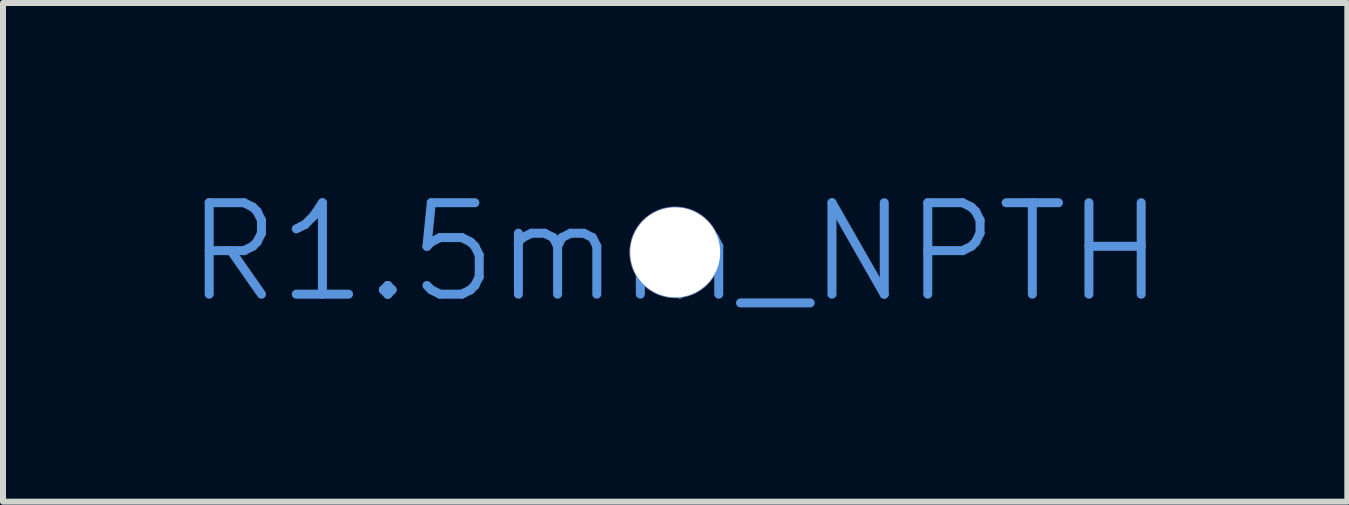
<source format=kicad_pcb>
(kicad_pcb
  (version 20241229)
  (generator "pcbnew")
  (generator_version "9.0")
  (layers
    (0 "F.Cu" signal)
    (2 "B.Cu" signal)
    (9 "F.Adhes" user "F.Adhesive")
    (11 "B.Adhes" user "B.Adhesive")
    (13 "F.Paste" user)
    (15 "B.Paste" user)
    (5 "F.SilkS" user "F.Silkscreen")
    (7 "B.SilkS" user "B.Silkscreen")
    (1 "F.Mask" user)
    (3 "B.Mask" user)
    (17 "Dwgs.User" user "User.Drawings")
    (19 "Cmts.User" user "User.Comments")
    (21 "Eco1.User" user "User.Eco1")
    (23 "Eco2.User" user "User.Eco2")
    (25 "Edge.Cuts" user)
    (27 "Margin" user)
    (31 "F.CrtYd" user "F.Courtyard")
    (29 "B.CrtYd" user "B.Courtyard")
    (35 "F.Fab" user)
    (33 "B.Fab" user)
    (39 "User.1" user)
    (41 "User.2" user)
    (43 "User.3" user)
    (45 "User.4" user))
  (footprint "R1.5mm_NPTH"
    (layer "F.Cu")
    (at 8.201 1.155)
    (property "Reference" "R1.5mm_NPTH" (at 0 0 0) (layer "Cmts.User") (effects (font (size 1.524 1.524) (thickness 0.15))))
    (attr exclude_from_pos_files exclude_from_bom)
    (pad "" np_thru_hole circle (at 0 0) (size 1.524 1.524) (drill 1.5) (layers "*.Cu" "*.Mask")))
  (gr_rect
    (start -3 -3)
    (end 19.401 5.31)
    (stroke (width 0.1) (type default))
    (fill no)
    (layer "Edge.Cuts")))
</source>
